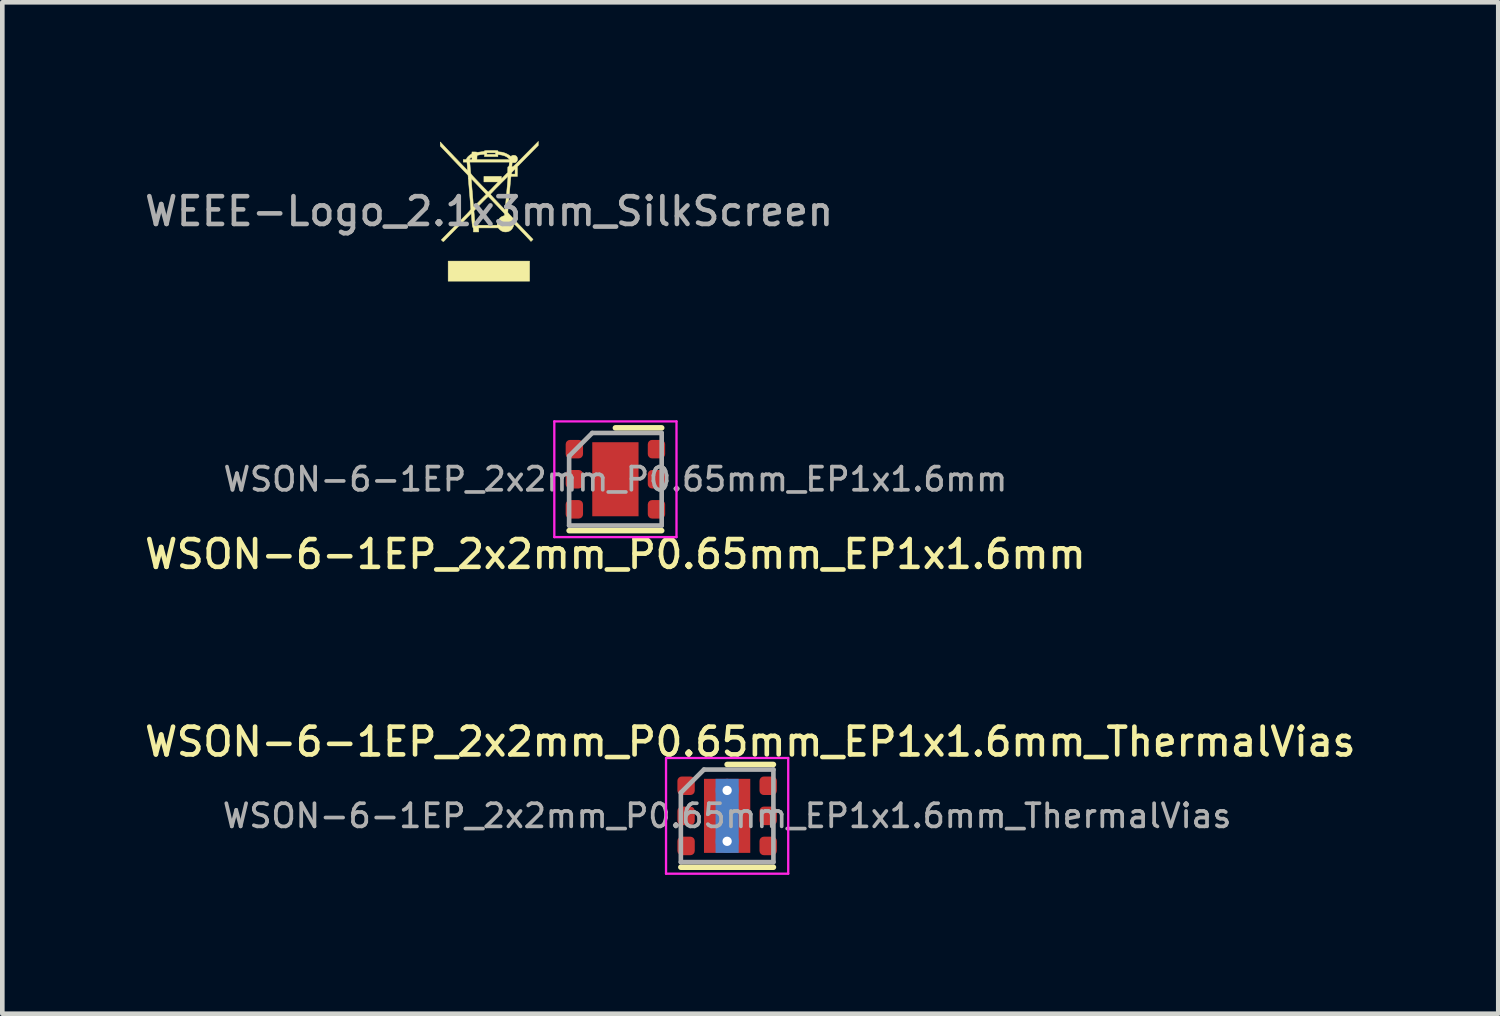
<source format=kicad_pcb>
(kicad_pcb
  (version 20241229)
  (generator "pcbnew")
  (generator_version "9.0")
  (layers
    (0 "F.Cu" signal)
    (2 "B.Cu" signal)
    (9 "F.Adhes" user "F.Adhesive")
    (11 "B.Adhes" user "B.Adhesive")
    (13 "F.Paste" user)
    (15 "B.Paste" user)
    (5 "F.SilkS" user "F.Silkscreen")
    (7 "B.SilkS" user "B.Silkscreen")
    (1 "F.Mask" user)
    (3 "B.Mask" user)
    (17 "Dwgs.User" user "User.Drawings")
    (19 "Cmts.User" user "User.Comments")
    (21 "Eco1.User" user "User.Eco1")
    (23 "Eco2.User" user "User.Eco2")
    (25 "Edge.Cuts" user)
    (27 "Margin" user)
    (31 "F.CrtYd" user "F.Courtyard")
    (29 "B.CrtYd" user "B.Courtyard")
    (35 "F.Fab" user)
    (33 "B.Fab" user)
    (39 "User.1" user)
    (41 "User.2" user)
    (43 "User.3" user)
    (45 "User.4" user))
  (footprint "WSON-6-1EP_2x2mm_P0.65mm_EP1x1.6mm_ThermalVias"
    (layer "F.Cu")
    (at 12.661 14.578)
    (property "Reference" "WSON-6-1EP_2x2mm_P0.65mm_EP1x1.6mm_ThermalVias" (at 0.5 -1.6 180) (layer "F.SilkS") (effects (font (size 0.6 0.6) (thickness 0.1))))
    (attr smd)
    (fp_line (start -1 1.11) (end 1 1.11) (stroke (width 0.12) (type solid)) (layer "F.SilkS"))
    (fp_line (start 0 -1.11) (end 1 -1.11) (stroke (width 0.12) (type solid)) (layer "F.SilkS"))
    (fp_line (start -1.32 -1.25) (end -1.32 1.25) (stroke (width 0.05) (type solid)) (layer "F.CrtYd"))
    (fp_line (start -1.32 1.25) (end 1.32 1.25) (stroke (width 0.05) (type solid)) (layer "F.CrtYd"))
    (fp_line (start 1.32 -1.25) (end -1.32 -1.25) (stroke (width 0.05) (type solid)) (layer "F.CrtYd"))
    (fp_line (start 1.32 1.25) (end 1.32 -1.25) (stroke (width 0.05) (type solid)) (layer "F.CrtYd"))
    (fp_line (start -1 -0.5) (end -0.5 -1) (stroke (width 0.1) (type solid)) (layer "F.Fab"))
    (fp_line (start -1 1) (end -1 -0.5) (stroke (width 0.1) (type solid)) (layer "F.Fab"))
    (fp_line (start -0.5 -1) (end 1 -1) (stroke (width 0.1) (type solid)) (layer "F.Fab"))
    (fp_line (start 1 -1) (end 1 1) (stroke (width 0.1) (type solid)) (layer "F.Fab"))
    (fp_line (start 1 1) (end -1 1) (stroke (width 0.1) (type solid)) (layer "F.Fab"))
    (fp_text user "${REFERENCE}" (at 0 0 0) (layer "F.Fab") (effects (font (size 0.5 0.5) (thickness 0.08))))
    (pad "" smd roundrect (at 0 -0.4) (size 0.87 0.69) (layers "F.Paste") (roundrect_rratio 0.25))
    (pad "" smd roundrect (at 0 0.4) (size 0.87 0.69) (layers "F.Paste") (roundrect_rratio 0.25))
    (pad "1" smd roundrect (at -0.887 -0.65) (size 0.375 0.4) (layers "F.Cu" "F.Mask" "F.Paste") (roundrect_rratio 0.25))
    (pad "2" smd roundrect (at -0.887 0) (size 0.375 0.4) (layers "F.Cu" "F.Mask" "F.Paste") (roundrect_rratio 0.25))
    (pad "3" smd roundrect (at -0.887 0.65) (size 0.375 0.4) (layers "F.Cu" "F.Mask" "F.Paste") (roundrect_rratio 0.25))
    (pad "4" smd roundrect (at 0.887 0.65) (size 0.375 0.4) (layers "F.Cu" "F.Mask" "F.Paste") (roundrect_rratio 0.25))
    (pad "5" smd roundrect (at 0.887 0) (size 0.375 0.4) (layers "F.Cu" "F.Mask" "F.Paste") (roundrect_rratio 0.25))
    (pad "6" smd roundrect (at 0.887 -0.65) (size 0.375 0.4) (layers "F.Cu" "F.Mask" "F.Paste") (roundrect_rratio 0.25))
    (pad "7" thru_hole circle (at 0 -0.55) (size 0.5 0.5) (drill 0.2) (layers "*.Cu"))
    (pad "7" smd rect (at 0 0) (size 0.5 1.6) (layers "B.Cu"))
    (pad "7" smd rect (at 0 0) (size 1 1.6) (layers "F.Cu" "F.Mask"))
    (pad "7" thru_hole circle (at 0 0.55) (size 0.5 0.5) (drill 0.2) (layers "*.Cu")))
  (footprint "WEEE-Logo_2.1x3mm_SilkScreen"
    (layer "F.Cu")
    (at 7.519 1.516)
    (property "Reference" "WEEE-Logo_2.1x3mm_SilkScreen" (at 0 0 0) (layer "F.Fab") (effects (font (size 0.6 0.6) (thickness 0.1))))
    (attr exclude_from_pos_files exclude_from_bom)
    (fp_poly (pts (xy 0.874 1.509) (xy -0.886 1.509) (xy -0.886 1.075) (xy 0.874 1.075) (xy 0.874 1.509)) (stroke (width 0.01) (type solid)) (fill yes) (layer "F.SilkS"))
    (fp_poly (pts (xy 1.062 -1.468) (xy 1.062 -1.424) (xy 0.836 -1.195) (xy 0.61 -0.965) (xy 0.61 -0.86) (xy 0.61 -0.754) (xy 0.472 -0.754) (xy 0.469 -0.728) (xy 0.467 -0.716) (xy 0.465 -0.693) (xy 0.462 -0.66) (xy 0.458 -0.62) (xy 0.454 -0.573) (xy 0.449 -0.521) (xy 0.444 -0.464) (xy 0.439 -0.406) (xy 0.434 -0.346) (xy 0.428 -0.286) (xy 0.423 -0.228) (xy 0.419 -0.173) (xy 0.414 -0.122) (xy 0.41 -0.076) (xy 0.407 -0.038) (xy 0.405 -0.008) (xy 0.403 0.012) (xy 0.403 0.021) (xy 0.403 0.021) (xy 0.406 0.028) (xy 0.418 0.043) (xy 0.437 0.066) (xy 0.465 0.096) (xy 0.501 0.135) (xy 0.545 0.182) (xy 0.597 0.238) (xy 0.658 0.303) (xy 0.676 0.321) (xy 0.949 0.607) (xy 0.904 0.651) (xy 0.869 0.612) (xy 0.856 0.598) (xy 0.835 0.576) (xy 0.809 0.548) (xy 0.778 0.515) (xy 0.744 0.479) (xy 0.707 0.441) (xy 0.685 0.418) (xy 0.645 0.376) (xy 0.612 0.341) (xy 0.586 0.315) (xy 0.566 0.296) (xy 0.551 0.284) (xy 0.541 0.277) (xy 0.535 0.276) (xy 0.531 0.28) (xy 0.529 0.288) (xy 0.529 0.299) (xy 0.529 0.302) (xy 0.524 0.324) (xy 0.512 0.349) (xy 0.496 0.376) (xy 0.478 0.398) (xy 0.47 0.405) (xy 0.432 0.43) (xy 0.388 0.443) (xy 0.349 0.446) (xy 0.305 0.44) (xy 0.264 0.422) (xy 0.228 0.393) (xy 0.221 0.386) (xy 0.196 0.358) (xy -0.226 0.358) (xy -0.226 0.446) (xy -0.34 0.446) (xy -0.34 0.405) (xy -0.341 0.377) (xy -0.346 0.358) (xy -0.351 0.347) (xy -0.356 0.34) (xy -0.359 0.329) (xy -0.362 0.312) (xy -0.365 0.29) (xy -0.369 0.259) (xy -0.372 0.218) (xy -0.375 0.187) (xy -0.386 0.045) (xy -0.657 0.319) (xy -0.706 0.369) (xy -0.753 0.417) (xy -0.797 0.462) (xy -0.838 0.503) (xy -0.874 0.54) (xy -0.904 0.571) (xy -0.929 0.596) (xy -0.946 0.614) (xy -0.955 0.624) (xy -0.97 0.639) (xy -0.983 0.65) (xy -0.99 0.654) (xy -0.999 0.65) (xy -1.011 0.639) (xy -1.016 0.635) (xy -1.034 0.616) (xy -0.933 0.514) (xy -0.908 0.488) (xy -0.875 0.454) (xy -0.836 0.415) (xy -0.792 0.371) (xy -0.746 0.324) (xy -0.698 0.275) (xy -0.649 0.227) (xy -0.615 0.192) (xy -0.562 0.138) (xy -0.518 0.093) (xy -0.481 0.056) (xy -0.452 0.025) (xy -0.43 0.001) (xy -0.419 -0.012) (xy -0.329 -0.012) (xy -0.318 0.131) (xy -0.315 0.173) (xy -0.312 0.211) (xy -0.309 0.244) (xy -0.306 0.269) (xy -0.304 0.284) (xy -0.304 0.288) (xy -0.3 0.302) (xy 0.174 0.302) (xy 0.177 0.262) (xy 0.187 0.216) (xy 0.207 0.174) (xy 0.236 0.14) (xy 0.273 0.114) (xy 0.315 0.098) (xy 0.329 0.091) (xy 0.335 0.075) (xy 0.336 0.075) (xy 0.336 0.068) (xy 0.335 0.061) (xy 0.332 0.053) (xy 0.324 0.042) (xy 0.312 0.027) (xy 0.294 0.007) (xy 0.269 -0.019) (xy 0.236 -0.053) (xy 0.234 -0.055) (xy 0.199 -0.092) (xy 0.162 -0.131) (xy 0.125 -0.17) (xy 0.091 -0.206) (xy 0.063 -0.236) (xy 0.057 -0.243) (xy 0.032 -0.268) (xy 0.011 -0.29) (xy -0.007 -0.306) (xy -0.018 -0.316) (xy -0.022 -0.318) (xy -0.028 -0.314) (xy -0.041 -0.301) (xy -0.062 -0.282) (xy -0.087 -0.257) (xy -0.118 -0.227) (xy -0.151 -0.193) (xy -0.179 -0.165) (xy -0.329 -0.012) (xy -0.419 -0.012) (xy -0.413 -0.018) (xy -0.403 -0.031) (xy -0.397 -0.04) (xy -0.396 -0.044) (xy -0.396 -0.053) (xy -0.398 -0.074) (xy -0.4 -0.104) (xy -0.403 -0.144) (xy -0.407 -0.191) (xy -0.411 -0.245) (xy -0.416 -0.305) (xy -0.421 -0.369) (xy -0.426 -0.42) (xy -0.45 -0.708) (xy -0.388 -0.708) (xy -0.388 -0.701) (xy -0.386 -0.684) (xy -0.384 -0.656) (xy -0.381 -0.62) (xy -0.378 -0.576) (xy -0.374 -0.526) (xy -0.369 -0.47) (xy -0.364 -0.418) (xy -0.359 -0.358) (xy -0.355 -0.302) (xy -0.35 -0.25) (xy -0.347 -0.205) (xy -0.344 -0.167) (xy -0.341 -0.137) (xy -0.34 -0.118) (xy -0.34 -0.11) (xy -0.339 -0.105) (xy -0.337 -0.104) (xy -0.332 -0.105) (xy -0.323 -0.111) (xy -0.31 -0.123) (xy -0.292 -0.14) (xy -0.267 -0.164) (xy -0.235 -0.195) (xy -0.202 -0.229) (xy -0.064 -0.367) (xy -0.065 -0.368) (xy 0.026 -0.368) (xy 0.031 -0.362) (xy 0.042 -0.349) (xy 0.06 -0.329) (xy 0.083 -0.304) (xy 0.11 -0.275) (xy 0.14 -0.243) (xy 0.172 -0.209) (xy 0.204 -0.176) (xy 0.235 -0.143) (xy 0.264 -0.112) (xy 0.291 -0.085) (xy 0.313 -0.062) (xy 0.33 -0.045) (xy 0.34 -0.035) (xy 0.343 -0.033) (xy 0.344 -0.04) (xy 0.346 -0.057) (xy 0.349 -0.086) (xy 0.353 -0.123) (xy 0.357 -0.168) (xy 0.362 -0.221) (xy 0.367 -0.279) (xy 0.373 -0.342) (xy 0.378 -0.392) (xy 0.383 -0.458) (xy 0.389 -0.52) (xy 0.394 -0.577) (xy 0.398 -0.628) (xy 0.402 -0.671) (xy 0.404 -0.707) (xy 0.406 -0.733) (xy 0.407 -0.748) (xy 0.407 -0.752) (xy 0.402 -0.749) (xy 0.389 -0.737) (xy 0.37 -0.719) (xy 0.346 -0.695) (xy 0.317 -0.666) (xy 0.284 -0.634) (xy 0.25 -0.6) (xy 0.215 -0.564) (xy 0.179 -0.528) (xy 0.145 -0.494) (xy 0.113 -0.461) (xy 0.085 -0.431) (xy 0.061 -0.406) (xy 0.042 -0.387) (xy 0.03 -0.373) (xy 0.026 -0.368) (xy -0.065 -0.368) (xy -0.115 -0.422) (xy -0.141 -0.45) (xy -0.171 -0.481) (xy -0.202 -0.514) (xy -0.234 -0.548) (xy -0.267 -0.582) (xy -0.297 -0.614) (xy -0.325 -0.643) (xy -0.349 -0.668) (xy -0.369 -0.688) (xy -0.382 -0.702) (xy -0.388 -0.708) (xy -0.388 -0.708) (xy -0.45 -0.708) (xy -0.456 -0.78) (xy -0.756 -1.095) (xy -1.056 -1.411) (xy -1.056 -1.455) (xy -1.056 -1.499) (xy -1.007 -1.448) (xy -0.98 -1.419) (xy -0.948 -1.385) (xy -0.912 -1.347) (xy -0.873 -1.305) (xy -0.831 -1.262) (xy -0.788 -1.217) (xy -0.745 -1.171) (xy -0.701 -1.126) (xy -0.659 -1.082) (xy -0.619 -1.04) (xy -0.582 -1.001) (xy -0.548 -0.966) (xy -0.519 -0.936) (xy -0.496 -0.912) (xy -0.479 -0.895) (xy -0.469 -0.885) (xy -0.467 -0.883) (xy -0.467 -0.89) (xy -0.467 -0.906) (xy -0.469 -0.931) (xy -0.471 -0.961) (xy -0.472 -0.974) (xy -0.48 -1.063) (xy -0.421 -1.063) (xy -0.418 -1.048) (xy -0.417 -1.037) (xy -0.415 -1.016) (xy -0.412 -0.988) (xy -0.41 -0.955) (xy -0.409 -0.943) (xy -0.406 -0.908) (xy -0.403 -0.876) (xy -0.401 -0.849) (xy -0.399 -0.831) (xy -0.398 -0.828) (xy -0.397 -0.821) (xy -0.393 -0.813) (xy -0.387 -0.803) (xy -0.377 -0.79) (xy -0.363 -0.773) (xy -0.344 -0.752) (xy -0.319 -0.725) (xy -0.287 -0.691) (xy -0.249 -0.651) (xy -0.209 -0.609) (xy -0.17 -0.568) (xy -0.133 -0.53) (xy -0.1 -0.496) (xy -0.071 -0.467) (xy -0.048 -0.443) (xy -0.031 -0.427) (xy -0.021 -0.418) (xy -0.019 -0.416) (xy -0.013 -0.421) (xy 0.000015 -0.434) (xy 0.019 -0.453) (xy 0.043 -0.477) (xy 0.071 -0.506) (xy 0.091 -0.527) (xy 0.196 -0.635) (xy -0.113 -0.635) (xy -0.113 -0.754) (xy 0.264 -0.754) (xy 0.264 -0.701) (xy 0.333 -0.77) (xy 0.382 -0.819) (xy 0.478 -0.819) (xy 0.479 -0.811) (xy 0.483 -0.807) (xy 0.495 -0.805) (xy 0.515 -0.805) (xy 0.519 -0.805) (xy 0.56 -0.805) (xy 0.56 -0.914) (xy 0.519 -0.874) (xy 0.496 -0.849) (xy 0.482 -0.83) (xy 0.478 -0.819) (xy 0.382 -0.819) (xy 0.402 -0.839) (xy 0.402 -0.901) (xy 0.403 -0.929) (xy 0.403 -0.947) (xy 0.405 -0.957) (xy 0.409 -0.961) (xy 0.415 -0.962) (xy 0.421 -0.963) (xy 0.425 -0.969) (xy 0.429 -0.98) (xy 0.432 -0.999) (xy 0.435 -1.028) (xy 0.435 -1.039) (xy 0.438 -1.063) (xy -0.421 -1.063) (xy -0.48 -1.063) (xy -0.56 -1.063) (xy -0.56 -1.119) (xy -0.526 -1.119) (xy -0.506 -1.12) (xy -0.495 -1.122) (xy -0.494 -1.124) (xy -0.424 -1.124) (xy -0.421 -1.12) (xy -0.408 -1.119) (xy -0.399 -1.119) (xy -0.371 -1.119) (xy -0.265 -1.119) (xy 0.443 -1.119) (xy 0.419 -1.144) (xy 0.382 -1.174) (xy 0.336 -1.197) (xy 0.28 -1.214) (xy 0.225 -1.223) (xy 0.189 -1.227) (xy 0.189 -1.182) (xy -0.101 -1.182) (xy -0.101 -1.234) (xy -0.143 -1.229) (xy -0.173 -1.226) (xy -0.204 -1.221) (xy -0.223 -1.217) (xy -0.261 -1.21) (xy -0.263 -1.164) (xy -0.265 -1.119) (xy -0.371 -1.119) (xy -0.371 -1.144) (xy -0.372 -1.16) (xy -0.374 -1.169) (xy -0.375 -1.169) (xy -0.384 -1.165) (xy -0.398 -1.156) (xy -0.411 -1.144) (xy -0.421 -1.133) (xy -0.421 -1.131) (xy -0.424 -1.124) (xy -0.494 -1.124) (xy -0.49 -1.128) (xy -0.488 -1.135) (xy -0.479 -1.153) (xy -0.463 -1.174) (xy -0.441 -1.195) (xy -0.417 -1.215) (xy -0.401 -1.225) (xy -0.384 -1.236) (xy -0.374 -1.245) (xy -0.371 -1.256) (xy -0.371 -1.262) (xy -0.371 -1.264) (xy -0.05 -1.264) (xy -0.05 -1.232) (xy 0.138 -1.232) (xy 0.138 -1.264) (xy -0.05 -1.264) (xy -0.371 -1.264) (xy -0.371 -1.283) (xy -0.318 -1.283) (xy -0.294 -1.282) (xy -0.275 -1.28) (xy -0.264 -1.278) (xy -0.263 -1.277) (xy -0.256 -1.276) (xy -0.24 -1.276) (xy -0.217 -1.279) (xy -0.201 -1.281) (xy -0.173 -1.285) (xy -0.146 -1.289) (xy -0.127 -1.292) (xy -0.121 -1.293) (xy -0.106 -1.298) (xy -0.101 -1.305) (xy -0.099 -1.308) (xy -0.093 -1.31) (xy -0.082 -1.312) (xy -0.063 -1.313) (xy -0.036 -1.314) (xy 0.001 -1.314) (xy 0.044 -1.314) (xy 0.09 -1.314) (xy 0.125 -1.314) (xy 0.151 -1.313) (xy 0.169 -1.312) (xy 0.18 -1.311) (xy 0.186 -1.309) (xy 0.188 -1.306) (xy 0.189 -1.302) (xy 0.192 -1.291) (xy 0.205 -1.285) (xy 0.228 -1.283) (xy 0.232 -1.283) (xy 0.271 -1.279) (xy 0.315 -1.268) (xy 0.361 -1.251) (xy 0.403 -1.23) (xy 0.439 -1.207) (xy 0.444 -1.203) (xy 0.459 -1.192) (xy 0.468 -1.187) (xy 0.475 -1.188) (xy 0.481 -1.195) (xy 0.5 -1.207) (xy 0.525 -1.212) (xy 0.552 -1.209) (xy 0.577 -1.2) (xy 0.596 -1.184) (xy 0.597 -1.182) (xy 0.611 -1.153) (xy 0.614 -1.122) (xy 0.605 -1.093) (xy 0.586 -1.067) (xy 0.583 -1.065) (xy 0.569 -1.055) (xy 0.555 -1.051) (xy 0.535 -1.051) (xy 0.53 -1.051) (xy 0.511 -1.052) (xy 0.501 -1.05) (xy 0.497 -1.045) (xy 0.497 -1.041) (xy 0.496 -1.027) (xy 0.494 -1.007) (xy 0.493 -0.995) (xy 0.491 -0.976) (xy 0.491 -0.966) (xy 0.496 -0.962) (xy 0.505 -0.962) (xy 0.51 -0.964) (xy 0.518 -0.969) (xy 0.53 -0.978) (xy 0.546 -0.992) (xy 0.567 -1.012) (xy 0.593 -1.037) (xy 0.625 -1.069) (xy 0.665 -1.108) (xy 0.711 -1.155) (xy 0.765 -1.21) (xy 0.792 -1.237) (xy 1.063 -1.511) (xy 1.062 -1.468)) (stroke (width 0.01) (type solid)) (fill yes) (layer "F.SilkS")))
  (footprint "WSON-6-1EP_2x2mm_P0.65mm_EP1x1.6mm"
    (layer "F.Cu")
    (at 10.247 7.305)
    (property "Reference" "WSON-6-1EP_2x2mm_P0.65mm_EP1x1.6mm" (at 0 1.62 0) (layer "F.SilkS") (effects (font (size 0.6 0.6) (thickness 0.1))))
    (attr smd)
    (fp_line (start -1 1.11) (end 1 1.11) (stroke (width 0.12) (type solid)) (layer "F.SilkS"))
    (fp_line (start 0 -1.11) (end 1 -1.11) (stroke (width 0.12) (type solid)) (layer "F.SilkS"))
    (fp_line (start -1.32 -1.25) (end -1.32 1.25) (stroke (width 0.05) (type solid)) (layer "F.CrtYd"))
    (fp_line (start -1.32 1.25) (end 1.32 1.25) (stroke (width 0.05) (type solid)) (layer "F.CrtYd"))
    (fp_line (start 1.32 -1.25) (end -1.32 -1.25) (stroke (width 0.05) (type solid)) (layer "F.CrtYd"))
    (fp_line (start 1.32 1.25) (end 1.32 -1.25) (stroke (width 0.05) (type solid)) (layer "F.CrtYd"))
    (fp_line (start -1 -0.5) (end -0.5 -1) (stroke (width 0.1) (type solid)) (layer "F.Fab"))
    (fp_line (start -1 1) (end -1 -0.5) (stroke (width 0.1) (type solid)) (layer "F.Fab"))
    (fp_line (start -0.5 -1) (end 1 -1) (stroke (width 0.1) (type solid)) (layer "F.Fab"))
    (fp_line (start 1 -1) (end 1 1) (stroke (width 0.1) (type solid)) (layer "F.Fab"))
    (fp_line (start 1 1) (end -1 1) (stroke (width 0.1) (type solid)) (layer "F.Fab"))
    (fp_text user "${REFERENCE}" (at 0 0 0) (layer "F.Fab") (effects (font (size 0.5 0.5) (thickness 0.08))))
    (pad "" smd roundrect (at 0 -0.4) (size 0.81 0.64) (layers "F.Paste") (roundrect_rratio 0.25))
    (pad "" smd roundrect (at 0 0.4) (size 0.81 0.64) (layers "F.Paste") (roundrect_rratio 0.25))
    (pad "1" smd roundrect (at -0.887 -0.65) (size 0.375 0.4) (layers "F.Cu" "F.Mask" "F.Paste") (roundrect_rratio 0.25))
    (pad "2" smd roundrect (at -0.887 0) (size 0.375 0.4) (layers "F.Cu" "F.Mask" "F.Paste") (roundrect_rratio 0.25))
    (pad "3" smd roundrect (at -0.887 0.65) (size 0.375 0.4) (layers "F.Cu" "F.Mask" "F.Paste") (roundrect_rratio 0.25))
    (pad "4" smd roundrect (at 0.887 0.65) (size 0.375 0.4) (layers "F.Cu" "F.Mask" "F.Paste") (roundrect_rratio 0.25))
    (pad "5" smd roundrect (at 0.887 0) (size 0.375 0.4) (layers "F.Cu" "F.Mask" "F.Paste") (roundrect_rratio 0.25))
    (pad "6" smd roundrect (at 0.887 -0.65) (size 0.375 0.4) (layers "F.Cu" "F.Mask" "F.Paste") (roundrect_rratio 0.25))
    (pad "7" smd rect (at 0 0) (size 1 1.6) (layers "F.Cu" "F.Mask")))
  (gr_rect
    (start -3 -3)
    (end 29.323 18.853)
    (stroke (width 0.1) (type default))
    (fill no)
    (layer "Edge.Cuts")))
</source>
